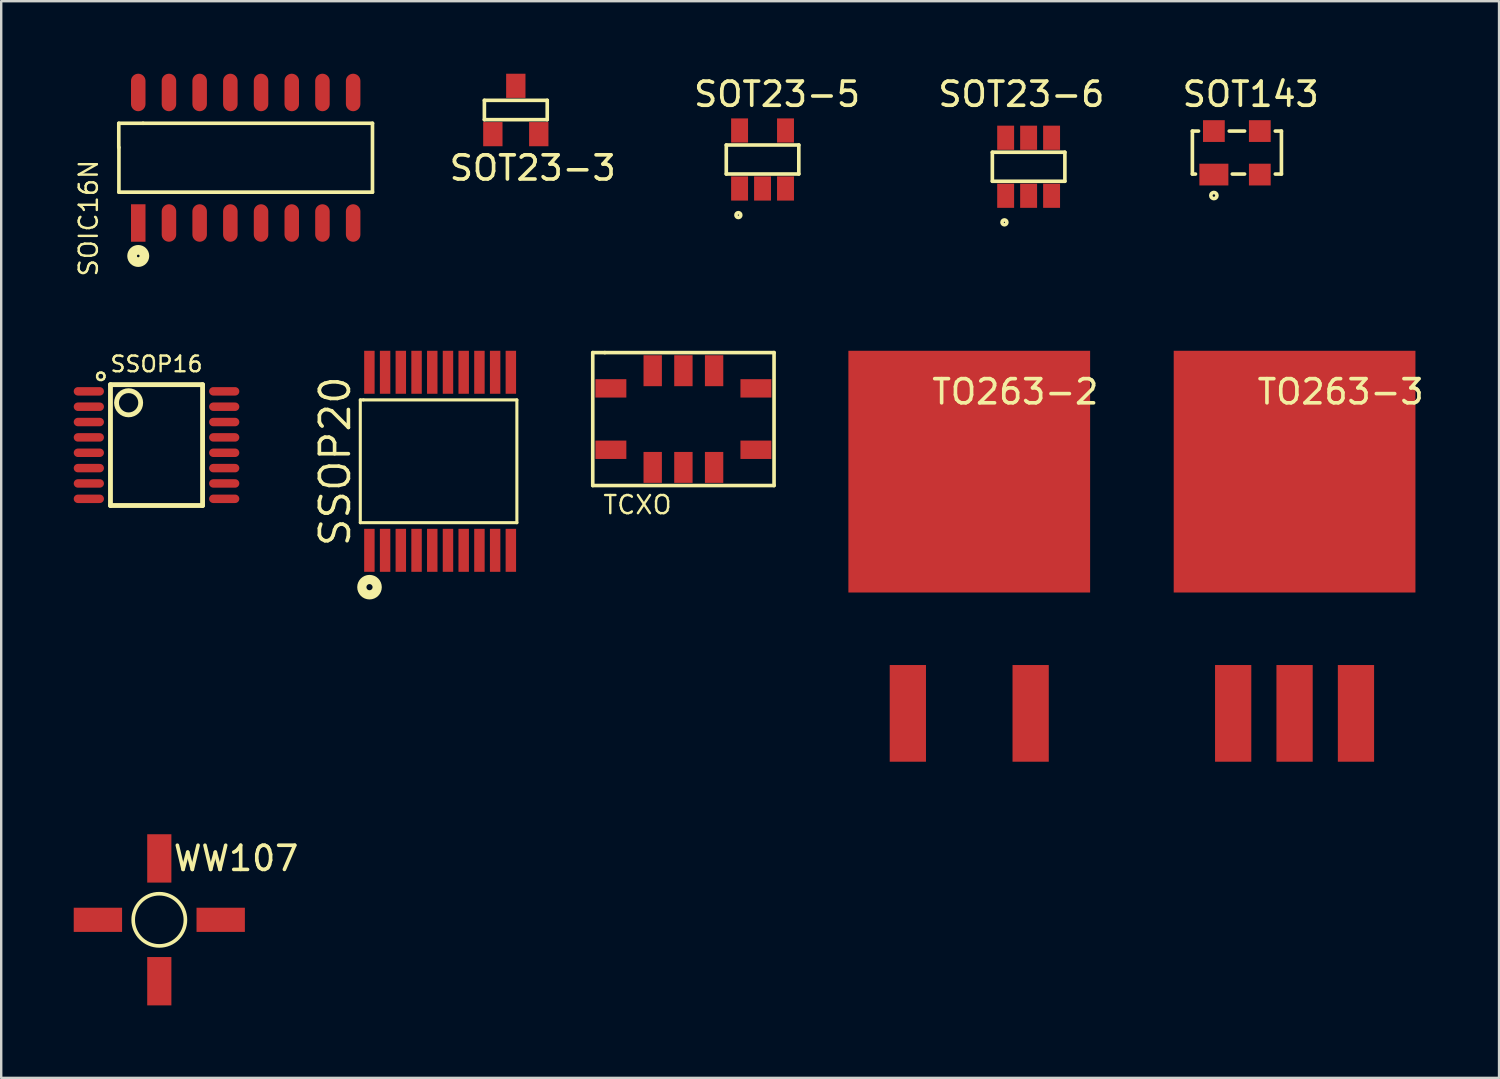
<source format=kicad_pcb>
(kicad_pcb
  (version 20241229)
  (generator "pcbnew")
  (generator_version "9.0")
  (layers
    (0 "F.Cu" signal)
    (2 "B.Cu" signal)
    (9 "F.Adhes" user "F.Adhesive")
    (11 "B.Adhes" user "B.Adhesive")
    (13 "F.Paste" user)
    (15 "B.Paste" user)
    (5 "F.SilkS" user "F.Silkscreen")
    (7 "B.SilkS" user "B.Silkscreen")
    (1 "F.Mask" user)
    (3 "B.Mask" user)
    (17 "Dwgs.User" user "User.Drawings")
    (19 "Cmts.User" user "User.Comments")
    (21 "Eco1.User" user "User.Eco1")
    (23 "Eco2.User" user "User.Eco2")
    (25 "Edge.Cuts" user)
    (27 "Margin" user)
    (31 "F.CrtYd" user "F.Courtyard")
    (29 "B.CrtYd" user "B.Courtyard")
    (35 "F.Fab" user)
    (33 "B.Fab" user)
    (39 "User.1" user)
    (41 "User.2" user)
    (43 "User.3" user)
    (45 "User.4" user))
  (footprint "SOIC16N"
    (layer "F.Cu")
    (at 7.114 3.475)
    (property "Reference" "SOIC16N" (at -6.5 2.5 270) (layer "F.SilkS") (effects (font (size 0.75 0.75) (thickness 0.1))))
    (attr through_hole)
    (fp_line (start -5.25 -1.425) (end -5.25 -0.425) (stroke (width 0.15) (type solid)) (layer "F.SilkS"))
    (fp_line (start -5.245 -0.425) (end -5.245 1.425) (stroke (width 0.15) (type solid)) (layer "F.SilkS"))
    (fp_line (start -5.245 1.425) (end 5.245 1.425) (stroke (width 0.15) (type solid)) (layer "F.SilkS"))
    (fp_line (start -4.25 -1.425) (end -5.25 -1.425) (stroke (width 0.15) (type solid)) (layer "F.SilkS"))
    (fp_line (start 5.245 -1.425) (end -4.245 -1.425) (stroke (width 0.15) (type solid)) (layer "F.SilkS"))
    (fp_line (start 5.245 1.425) (end 5.245 -1.425) (stroke (width 0.15) (type solid)) (layer "F.SilkS"))
    (fp_circle (center -4.445 4.064) (end -4.191 4.064) (stroke (width 0.4) (type solid)) (fill no) (layer "F.SilkS"))
    (pad "1" smd rect (at -4.445 2.7) (size 0.6 1.55) (layers "F.Cu" "F.Mask" "F.Paste"))
    (pad "2" smd oval (at -3.175 2.7) (size 0.6 1.55) (layers "F.Cu" "F.Mask" "F.Paste"))
    (pad "3" smd oval (at -1.905 2.7) (size 0.6 1.55) (layers "F.Cu" "F.Mask" "F.Paste"))
    (pad "4" smd oval (at -0.635 2.7) (size 0.6 1.55) (layers "F.Cu" "F.Mask" "F.Paste"))
    (pad "5" smd oval (at 0.635 2.7) (size 0.6 1.55) (layers "F.Cu" "F.Mask" "F.Paste"))
    (pad "6" smd oval (at 1.905 2.7) (size 0.6 1.55) (layers "F.Cu" "F.Mask" "F.Paste"))
    (pad "7" smd oval (at 3.175 2.7) (size 0.6 1.55) (layers "F.Cu" "F.Mask" "F.Paste"))
    (pad "8" smd oval (at 4.445 2.7) (size 0.6 1.55) (layers "F.Cu" "F.Mask" "F.Paste"))
    (pad "9" smd oval (at 4.445 -2.7) (size 0.6 1.55) (layers "F.Cu" "F.Mask" "F.Paste"))
    (pad "10" smd oval (at 3.175 -2.7) (size 0.6 1.55) (layers "F.Cu" "F.Mask" "F.Paste"))
    (pad "11" smd oval (at 1.905 -2.7) (size 0.6 1.55) (layers "F.Cu" "F.Mask" "F.Paste"))
    (pad "12" smd oval (at 0.635 -2.7) (size 0.6 1.55) (layers "F.Cu" "F.Mask" "F.Paste"))
    (pad "13" smd oval (at -0.635 -2.7) (size 0.6 1.55) (layers "F.Cu" "F.Mask" "F.Paste"))
    (pad "14" smd oval (at -1.905 -2.7) (size 0.6 1.55) (layers "F.Cu" "F.Mask" "F.Paste"))
    (pad "15" smd oval (at -3.175 -2.7) (size 0.6 1.55) (layers "F.Cu" "F.Mask" "F.Paste"))
    (pad "16" smd oval (at -4.445 -2.7) (size 0.6 1.55) (layers "F.Cu" "F.Mask" "F.Paste")))
  (footprint "SOT143"
    (layer "F.Cu")
    (at 47.166 2.372)
    (property "Reference" "SOT143" (at 1.524 -1.524 0) (layer "F.SilkS") (effects (font (size 1 1) (thickness 0.15))))
    (attr through_hole)
    (fp_line (start -0.889 0) (end -0.889 1.778) (stroke (width 0.15) (type solid)) (layer "F.SilkS"))
    (fp_line (start -0.889 1.778) (end -0.762 1.778) (stroke (width 0.15) (type solid)) (layer "F.SilkS"))
    (fp_line (start -0.635 0) (end -0.889 0) (stroke (width 0.15) (type solid)) (layer "F.SilkS"))
    (fp_line (start 0.762 1.778) (end 1.27 1.778) (stroke (width 0.15) (type solid)) (layer "F.SilkS"))
    (fp_line (start 1.27 0) (end 0.635 0) (stroke (width 0.15) (type solid)) (layer "F.SilkS"))
    (fp_line (start 2.54 1.778) (end 2.794 1.778) (stroke (width 0.15) (type solid)) (layer "F.SilkS"))
    (fp_line (start 2.794 0) (end 2.54 0) (stroke (width 0.15) (type solid)) (layer "F.SilkS"))
    (fp_line (start 2.794 1.778) (end 2.794 0) (stroke (width 0.15) (type solid)) (layer "F.SilkS"))
    (fp_circle (center 0 2.667) (end 0.127 2.667) (stroke (width 0.15) (type solid)) (fill no) (layer "F.SilkS"))
    (pad "1" smd rect (at 0 1.8) (size 1.2 0.9) (layers "F.Cu" "F.Mask" "F.Paste"))
    (pad "2" smd rect (at 1.9 1.8) (size 0.9 0.9) (layers "F.Cu" "F.Mask" "F.Paste"))
    (pad "3" smd rect (at 1.9 0) (size 0.9 0.9) (layers "F.Cu" "F.Mask" "F.Paste"))
    (pad "4" smd rect (at 0 0) (size 0.9 0.9) (layers "F.Cu" "F.Mask" "F.Paste")))
  (footprint "SSOP16"
    (layer "F.Cu")
    (at 3.425 15.362)
    (property "Reference" "SSOP16" (at 0 -3.35 0) (layer "F.SilkS") (effects (font (size 0.65 0.65) (thickness 0.098))))
    (attr smd)
    (fp_line (start -1.905 -2.5) (end 1.905 -2.5) (stroke (width 0.2) (type solid)) (layer "F.SilkS"))
    (fp_line (start -1.905 2.5) (end -1.905 -2.5) (stroke (width 0.2) (type solid)) (layer "F.SilkS"))
    (fp_line (start 1.905 -2.5) (end 1.905 2.5) (stroke (width 0.2) (type solid)) (layer "F.SilkS"))
    (fp_line (start 1.905 2.5) (end -1.905 2.5) (stroke (width 0.2) (type solid)) (layer "F.SilkS"))
    (fp_circle (center -1.155 -1.75) (end -0.655 -1.75) (stroke (width 0.2) (type solid)) (fill no) (layer "F.SilkS"))
    (fp_text user "○" (at -2.305 -2.873 0) (layer "F.SilkS") (effects (font (size 0.4 0.4) (thickness 0.1))))
    (pad "1" smd oval (at -2.8 -2.223) (size 1.25 0.35) (layers "F.Cu" "F.Mask" "F.Paste"))
    (pad "2" smd oval (at -2.8 -1.587) (size 1.25 0.35) (layers "F.Cu" "F.Mask" "F.Paste"))
    (pad "3" smd oval (at -2.8 -0.953) (size 1.25 0.35) (layers "F.Cu" "F.Mask" "F.Paste"))
    (pad "4" smd oval (at -2.8 -0.318) (size 1.25 0.35) (layers "F.Cu" "F.Mask" "F.Paste"))
    (pad "5" smd oval (at -2.8 0.318) (size 1.25 0.35) (layers "F.Cu" "F.Mask" "F.Paste"))
    (pad "6" smd oval (at -2.8 0.953) (size 1.25 0.35) (layers "F.Cu" "F.Mask" "F.Paste"))
    (pad "7" smd oval (at -2.8 1.587) (size 1.25 0.35) (layers "F.Cu" "F.Mask" "F.Paste"))
    (pad "8" smd oval (at -2.8 2.223) (size 1.25 0.35) (layers "F.Cu" "F.Mask" "F.Paste"))
    (pad "9" smd oval (at 2.8 2.223) (size 1.25 0.35) (layers "F.Cu" "F.Mask" "F.Paste"))
    (pad "10" smd oval (at 2.8 1.587) (size 1.25 0.35) (layers "F.Cu" "F.Mask" "F.Paste"))
    (pad "11" smd oval (at 2.8 0.953) (size 1.25 0.35) (layers "F.Cu" "F.Mask" "F.Paste"))
    (pad "12" smd oval (at 2.8 0.318) (size 1.25 0.35) (layers "F.Cu" "F.Mask" "F.Paste"))
    (pad "13" smd oval (at 2.8 -0.318) (size 1.25 0.35) (layers "F.Cu" "F.Mask" "F.Paste"))
    (pad "14" smd oval (at 2.8 -0.953) (size 1.25 0.35) (layers "F.Cu" "F.Mask" "F.Paste"))
    (pad "15" smd oval (at 2.8 -1.587) (size 1.25 0.35) (layers "F.Cu" "F.Mask" "F.Paste"))
    (pad "16" smd oval (at 2.8 -2.223) (size 1.25 0.35) (layers "F.Cu" "F.Mask" "F.Paste")))
  (footprint "SOT23-3"
    (layer "F.Cu")
    (at 18.288 0.5)
    (property "Reference" "SOT23-3" (at 0.7 3.4 0) (layer "F.SilkS") (effects (font (size 1 1) (thickness 0.15))))
    (attr through_hole)
    (fp_line (start -1.3 0.6) (end -1.3 1.4) (stroke (width 0.15) (type solid)) (layer "F.SilkS"))
    (fp_line (start -1.3 1.4) (end 1.3 1.4) (stroke (width 0.15) (type solid)) (layer "F.SilkS"))
    (fp_line (start 1.3 0.6) (end -1.3 0.6) (stroke (width 0.15) (type solid)) (layer "F.SilkS"))
    (fp_line (start 1.3 1.4) (end 1.3 0.6) (stroke (width 0.15) (type solid)) (layer "F.SilkS"))
    (pad "1" smd rect (at -0.95 2) (size 0.8 1) (layers "F.Cu" "F.Mask" "F.Paste"))
    (pad "2" smd rect (at 0 0) (size 0.8 1) (layers "F.Cu" "F.Mask" "F.Paste"))
    (pad "3" smd rect (at 0.95 2) (size 0.8 1) (layers "F.Cu" "F.Mask" "F.Paste")))
  (footprint "SSOP20"
    (layer "F.Cu")
    (at 12.236 19.716)
    (property "Reference" "SSOP20" (at -1.421 -3.683 90) (layer "F.SilkS") (effects (font (size 1.2 1.2) (thickness 0.15))))
    (attr through_hole)
    (fp_line (start -0.381 -6.223) (end -0.254 -6.223) (stroke (width 0.127) (type solid)) (layer "F.SilkS"))
    (fp_line (start -0.381 -1.143) (end -0.381 -6.223) (stroke (width 0.127) (type solid)) (layer "F.SilkS"))
    (fp_line (start -0.254 -6.223) (end 6.096 -6.223) (stroke (width 0.127) (type solid)) (layer "F.SilkS"))
    (fp_line (start 6.096 -6.223) (end 6.096 -1.143) (stroke (width 0.127) (type solid)) (layer "F.SilkS"))
    (fp_line (start 6.096 -1.143) (end -0.381 -1.143) (stroke (width 0.127) (type solid)) (layer "F.SilkS"))
    (fp_circle (center 0 1.524) (end 0.127 1.524) (stroke (width 0.381) (type solid)) (fill no) (layer "F.SilkS"))
    (pad "1" smd rect (at -0.005 0) (size 0.432 1.778) (layers "F.Cu" "F.Mask" "F.Paste"))
    (pad "2" smd rect (at 0.645 0) (size 0.432 1.778) (layers "F.Cu" "F.Mask" "F.Paste"))
    (pad "3" smd rect (at 1.295 0) (size 0.432 1.778) (layers "F.Cu" "F.Mask" "F.Paste"))
    (pad "4" smd rect (at 1.946 0) (size 0.432 1.778) (layers "F.Cu" "F.Mask" "F.Paste"))
    (pad "5" smd rect (at 2.596 0) (size 0.432 1.778) (layers "F.Cu" "F.Mask" "F.Paste"))
    (pad "6" smd rect (at 3.246 0) (size 0.432 1.778) (layers "F.Cu" "F.Mask" "F.Paste"))
    (pad "7" smd rect (at 3.896 0) (size 0.432 1.778) (layers "F.Cu" "F.Mask" "F.Paste"))
    (pad "8" smd rect (at 4.547 0) (size 0.432 1.778) (layers "F.Cu" "F.Mask" "F.Paste"))
    (pad "9" smd rect (at 5.197 0) (size 0.432 1.778) (layers "F.Cu" "F.Mask" "F.Paste"))
    (pad "10" smd rect (at 5.847 0) (size 0.432 1.778) (layers "F.Cu" "F.Mask" "F.Paste"))
    (pad "11" smd rect (at 5.847 -7.366) (size 0.432 1.778) (layers "F.Cu" "F.Mask" "F.Paste"))
    (pad "12" smd rect (at 5.197 -7.366) (size 0.432 1.778) (layers "F.Cu" "F.Mask" "F.Paste"))
    (pad "13" smd rect (at 4.547 -7.366) (size 0.432 1.778) (layers "F.Cu" "F.Mask" "F.Paste"))
    (pad "14" smd rect (at 3.896 -7.366) (size 0.432 1.778) (layers "F.Cu" "F.Mask" "F.Paste"))
    (pad "15" smd rect (at 3.246 -7.366) (size 0.432 1.778) (layers "F.Cu" "F.Mask" "F.Paste"))
    (pad "16" smd rect (at 2.596 -7.366) (size 0.432 1.778) (layers "F.Cu" "F.Mask" "F.Paste"))
    (pad "17" smd rect (at 1.946 -7.366) (size 0.432 1.778) (layers "F.Cu" "F.Mask" "F.Paste"))
    (pad "18" smd rect (at 1.295 -7.366) (size 0.432 1.778) (layers "F.Cu" "F.Mask" "F.Paste"))
    (pad "19" smd rect (at 0.645 -7.366) (size 0.432 1.778) (layers "F.Cu" "F.Mask" "F.Paste"))
    (pad "20" smd rect (at -0.005 -7.366) (size 0.432 1.778) (layers "F.Cu" "F.Mask" "F.Paste")))
  (footprint "TCXO"
    (layer "F.Cu")
    (at 25.221 14.286)
    (property "Reference" "TCXO" (at -1.9 3.55 0) (layer "F.SilkS") (effects (font (size 0.75 0.75) (thickness 0.1))))
    (attr through_hole)
    (fp_line (start -3.75 -2.75) (end -3.25 -2.75) (stroke (width 0.15) (type solid)) (layer "F.SilkS"))
    (fp_line (start -3.75 2.75) (end -3.75 -2.75) (stroke (width 0.15) (type solid)) (layer "F.SilkS"))
    (fp_line (start -3.25 -2.75) (end 3.75 -2.75) (stroke (width 0.15) (type solid)) (layer "F.SilkS"))
    (fp_line (start 3.75 -2.75) (end 3.75 2.75) (stroke (width 0.15) (type solid)) (layer "F.SilkS"))
    (fp_line (start 3.75 2.75) (end -3.75 2.75) (stroke (width 0.15) (type solid)) (layer "F.SilkS"))
    (pad "1" smd rect (at -1.27 2) (size 0.76 1.28) (layers "F.Cu" "F.Mask" "F.Paste"))
    (pad "2" smd rect (at 0 2) (size 0.76 1.28) (layers "F.Cu" "F.Mask" "F.Paste"))
    (pad "3" smd rect (at 1.27 2) (size 0.76 1.28) (layers "F.Cu" "F.Mask" "F.Paste"))
    (pad "4" smd rect (at 3 1.27 90) (size 0.76 1.28) (layers "F.Cu" "F.Mask" "F.Paste"))
    (pad "5" smd rect (at 3 -1.27 90) (size 0.76 1.28) (layers "F.Cu" "F.Mask" "F.Paste"))
    (pad "6" smd rect (at 1.27 -2) (size 0.76 1.28) (layers "F.Cu" "F.Mask" "F.Paste"))
    (pad "7" smd rect (at 0 -2) (size 0.76 1.28) (layers "F.Cu" "F.Mask" "F.Paste"))
    (pad "8" smd rect (at -1.27 -2) (size 0.76 1.28) (layers "F.Cu" "F.Mask" "F.Paste"))
    (pad "9" smd rect (at -3 -1.27 90) (size 0.76 1.28) (layers "F.Cu" "F.Mask" "F.Paste"))
    (pad "10" smd rect (at -3 1.27 90) (size 0.76 1.28) (layers "F.Cu" "F.Mask" "F.Paste")))
  (footprint "TO263-3"
    (layer "F.Cu")
    (at 50.504 16.461)
    (property "Reference" "TO263-3" (at 1.905 -3.302 0) (layer "F.SilkS") (effects (font (size 1 1) (thickness 0.15))))
    (attr through_hole)
    (pad "1" smd rect (at -2.54 10) (size 1.5 4) (layers "F.Cu" "F.Mask" "F.Paste"))
    (pad "2" smd rect (at 0 10) (size 1.5 4) (layers "F.Cu" "F.Mask" "F.Paste"))
    (pad "3" smd rect (at 2.54 10) (size 1.5 4) (layers "F.Cu" "F.Mask" "F.Paste"))
    (pad "4" smd rect (at 0 0) (size 10 10) (layers "F.Cu" "F.Mask" "F.Paste")))
  (footprint "TO263-2"
    (layer "F.Cu")
    (at 37.046 16.461)
    (property "Reference" "TO263-2" (at 1.905 -3.302 0) (layer "F.SilkS") (effects (font (size 1 1) (thickness 0.15))))
    (attr through_hole)
    (pad "1" smd rect (at -2.54 10) (size 1.5 4) (layers "F.Cu" "F.Mask" "F.Paste"))
    (pad "3" smd rect (at 2.54 10) (size 1.5 4) (layers "F.Cu" "F.Mask" "F.Paste"))
    (pad "4" smd rect (at 0 0) (size 10 10) (layers "F.Cu" "F.Mask" "F.Paste")))
  (footprint "SOT23-5"
    (layer "F.Cu")
    (at 28.495 2.348)
    (property "Reference" "SOT23-5" (at 0.6 -1.5 0) (layer "F.SilkS") (effects (font (size 1 1) (thickness 0.15))))
    (attr through_hole)
    (fp_line (start -1.5 0.6) (end 1.5 0.6) (stroke (width 0.15) (type solid)) (layer "F.SilkS"))
    (fp_line (start -1.5 1.8) (end -1.5 0.6) (stroke (width 0.15) (type solid)) (layer "F.SilkS"))
    (fp_line (start 1.5 0.6) (end 1.5 1.8) (stroke (width 0.15) (type solid)) (layer "F.SilkS"))
    (fp_line (start 1.5 1.8) (end -1.5 1.8) (stroke (width 0.15) (type solid)) (layer "F.SilkS"))
    (fp_circle (center -1 3.5) (end -0.9 3.5) (stroke (width 0.15) (type solid)) (fill no) (layer "F.SilkS"))
    (pad "1" smd rect (at -0.95 2.4) (size 0.7 1) (layers "F.Cu" "F.Mask" "F.Paste"))
    (pad "2" smd rect (at 0 2.4) (size 0.7 1) (layers "F.Cu" "F.Mask" "F.Paste"))
    (pad "3" smd rect (at 0.95 2.4) (size 0.7 1) (layers "F.Cu" "F.Mask" "F.Paste"))
    (pad "4" smd rect (at 0.95 0) (size 0.7 1) (layers "F.Cu" "F.Mask" "F.Paste"))
    (pad "6" smd rect (at -0.95 0) (size 0.7 1) (layers "F.Cu" "F.Mask" "F.Paste")))
  (footprint "WW107"
    (layer "F.Cu")
    (at 3.54 35.001)
    (property "Reference" "WW107" (at 3.175 -2.54 0) (layer "F.SilkS") (effects (font (size 1 1) (thickness 0.15))))
    (attr through_hole)
    (fp_circle (center 0 0) (end 1.08 0) (stroke (width 0.15) (type solid)) (fill no) (layer "F.SilkS"))
    (pad "1" smd rect (at 0 2.54) (size 1 2) (layers "F.Cu" "F.Mask" "F.Paste"))
    (pad "2" smd rect (at -2.54 0 90) (size 1 2) (layers "F.Cu" "F.Mask" "F.Paste"))
    (pad "3" smd rect (at 0 -2.54) (size 1 2) (layers "F.Cu" "F.Mask" "F.Paste"))
    (pad "4" smd rect (at 2.54 0 90) (size 1 2) (layers "F.Cu" "F.Mask" "F.Paste")))
  (footprint "SOT23-6"
    (layer "F.Cu")
    (at 39.502 2.648)
    (property "Reference" "SOT23-6" (at -0.3 -1.8 0) (layer "F.SilkS") (effects (font (size 1 1) (thickness 0.15))))
    (attr through_hole)
    (fp_line (start -1.5 0.6) (end 1.5 0.6) (stroke (width 0.15) (type solid)) (layer "F.SilkS"))
    (fp_line (start -1.5 1.8) (end -1.5 0.6) (stroke (width 0.15) (type solid)) (layer "F.SilkS"))
    (fp_line (start 1.5 0.6) (end 1.5 1.8) (stroke (width 0.15) (type solid)) (layer "F.SilkS"))
    (fp_line (start 1.5 1.8) (end -1.5 1.8) (stroke (width 0.15) (type solid)) (layer "F.SilkS"))
    (fp_circle (center -1 3.5) (end -0.9 3.5) (stroke (width 0.15) (type solid)) (fill no) (layer "F.SilkS"))
    (pad "1" smd rect (at -0.95 2.4) (size 0.7 1) (layers "F.Cu" "F.Mask" "F.Paste"))
    (pad "2" smd rect (at 0 2.4) (size 0.7 1) (layers "F.Cu" "F.Mask" "F.Paste"))
    (pad "3" smd rect (at 0.95 2.4) (size 0.7 1) (layers "F.Cu" "F.Mask" "F.Paste"))
    (pad "4" smd rect (at 0.95 0) (size 0.7 1) (layers "F.Cu" "F.Mask" "F.Paste"))
    (pad "5" smd rect (at 0 0) (size 0.7 1) (layers "F.Cu" "F.Mask" "F.Paste"))
    (pad "6" smd rect (at -0.95 0) (size 0.7 1) (layers "F.Cu" "F.Mask" "F.Paste")))
  (gr_rect
    (start -3 -3)
    (end 58.963 41.541)
    (stroke (width 0.1) (type default))
    (fill no)
    (layer "Edge.Cuts")))
</source>
